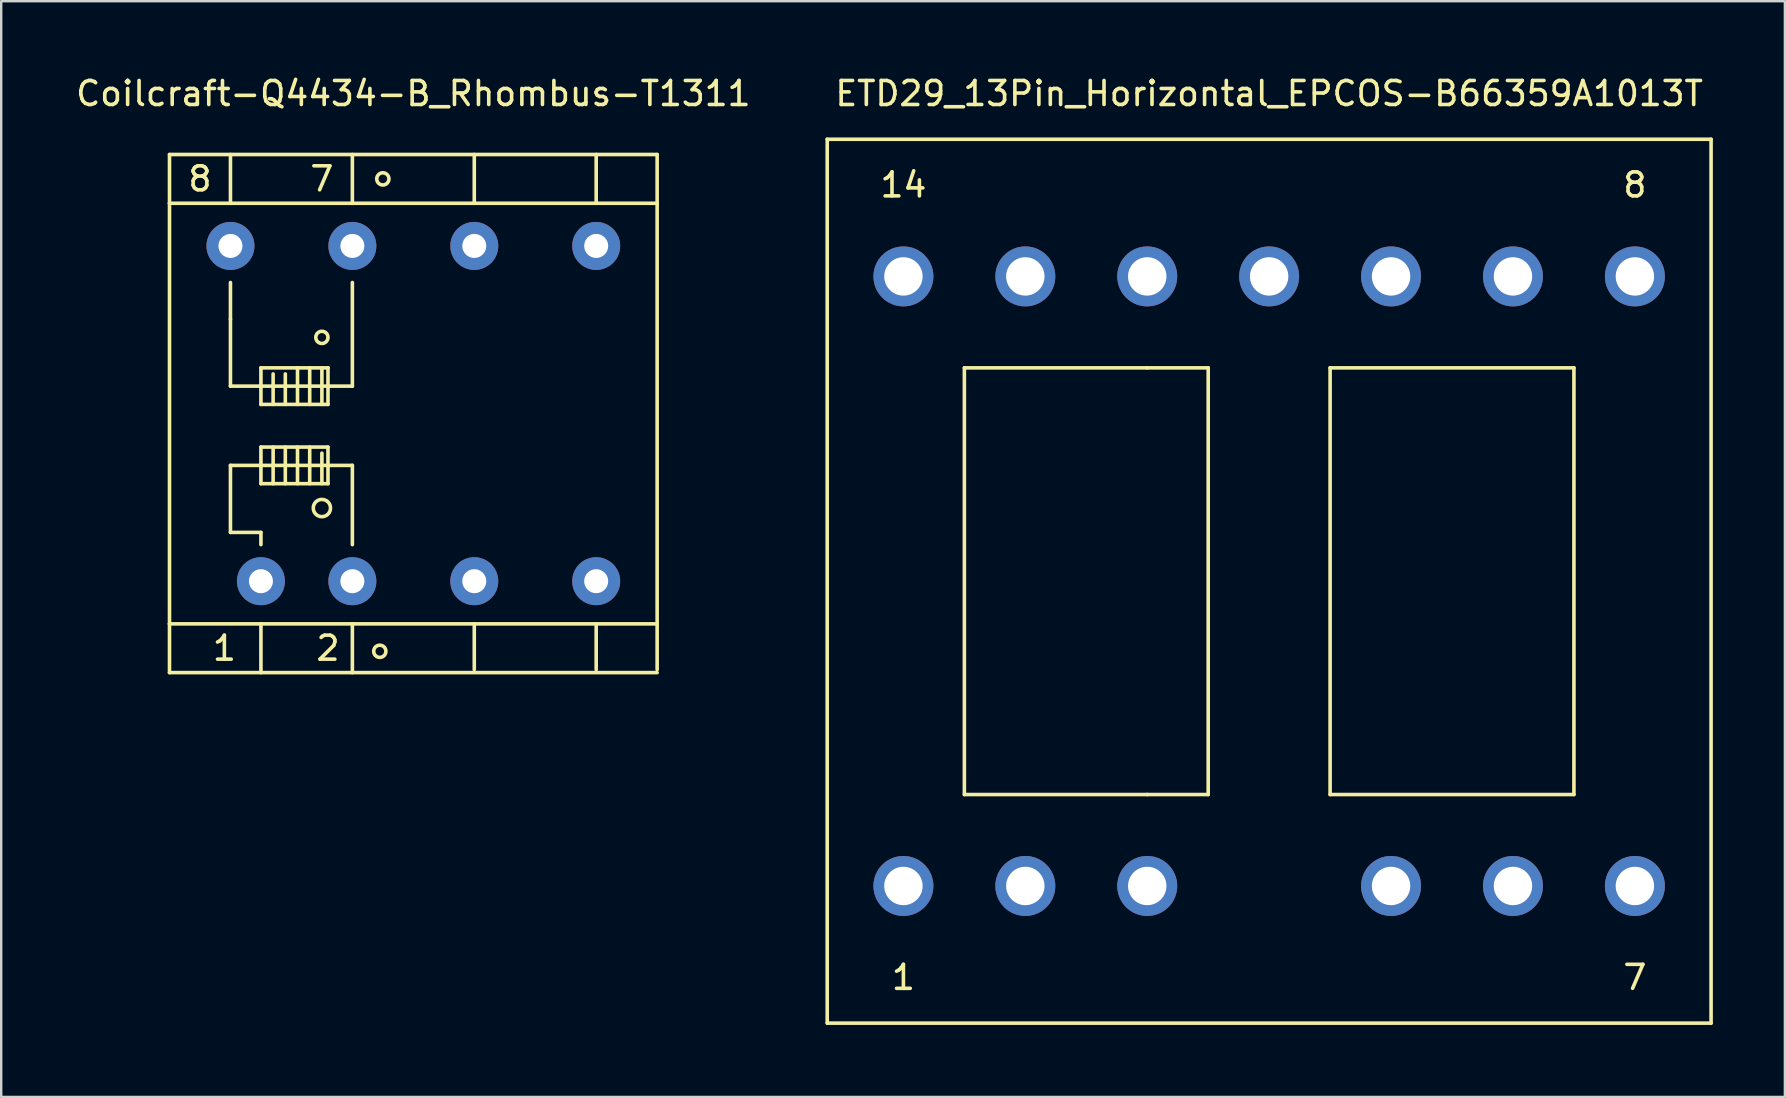
<source format=kicad_pcb>
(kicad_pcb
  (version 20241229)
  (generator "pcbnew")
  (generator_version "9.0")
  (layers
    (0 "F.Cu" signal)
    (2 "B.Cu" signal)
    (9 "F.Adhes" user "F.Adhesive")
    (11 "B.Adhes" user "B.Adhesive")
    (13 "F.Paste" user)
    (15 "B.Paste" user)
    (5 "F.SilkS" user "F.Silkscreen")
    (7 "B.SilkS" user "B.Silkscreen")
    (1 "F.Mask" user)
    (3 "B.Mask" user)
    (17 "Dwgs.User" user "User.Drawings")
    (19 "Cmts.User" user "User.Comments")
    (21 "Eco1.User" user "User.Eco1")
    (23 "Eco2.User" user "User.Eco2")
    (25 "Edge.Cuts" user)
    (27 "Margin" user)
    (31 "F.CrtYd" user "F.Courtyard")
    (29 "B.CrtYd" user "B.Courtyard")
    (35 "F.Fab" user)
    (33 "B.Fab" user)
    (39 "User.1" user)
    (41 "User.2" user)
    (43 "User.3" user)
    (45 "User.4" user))
  (footprint "Coilcraft-Q4434-B_Rhombus-T1311"
    (layer "F.Cu")
    (at 14.173 14.818)
    (property "Reference" "Coilcraft-Q4434-B_Rhombus-T1311" (at 0 -13.97 0) (layer "F.SilkS") (effects (font (size 1 1) (thickness 0.15))))
    (attr through_hole)
    (fp_line (start -10.16 -11.43) (end -10.16 -9.398) (stroke (width 0.15) (type solid)) (layer "F.SilkS"))
    (fp_line (start -10.16 -9.398) (end -10.16 8.128) (stroke (width 0.15) (type solid)) (layer "F.SilkS"))
    (fp_line (start -10.16 8.128) (end -10.16 10.16) (stroke (width 0.15) (type solid)) (layer "F.SilkS"))
    (fp_line (start -10.16 8.128) (end 10.16 8.128) (stroke (width 0.15) (type solid)) (layer "F.SilkS"))
    (fp_line (start -10.16 10.16) (end 10.16 10.16) (stroke (width 0.15) (type solid)) (layer "F.SilkS"))
    (fp_line (start -7.62 -9.398) (end -7.62 -11.43) (stroke (width 0.15) (type solid)) (layer "F.SilkS"))
    (fp_line (start -7.62 -6.096) (end -7.62 -4.572) (stroke (width 0.15) (type solid)) (layer "F.SilkS"))
    (fp_line (start -7.62 -4.572) (end -7.62 -1.778) (stroke (width 0.15) (type solid)) (layer "F.SilkS"))
    (fp_line (start -7.62 -1.778) (end -2.54 -1.778) (stroke (width 0.15) (type solid)) (layer "F.SilkS"))
    (fp_line (start -7.62 1.524) (end -7.62 4.318) (stroke (width 0.15) (type solid)) (layer "F.SilkS"))
    (fp_line (start -7.62 4.318) (end -6.35 4.318) (stroke (width 0.15) (type solid)) (layer "F.SilkS"))
    (fp_line (start -6.35 -2.54) (end -3.556 -2.54) (stroke (width 0.15) (type solid)) (layer "F.SilkS"))
    (fp_line (start -6.35 -1.016) (end -6.35 -2.54) (stroke (width 0.15) (type solid)) (layer "F.SilkS"))
    (fp_line (start -6.35 0.762) (end -6.35 2.286) (stroke (width 0.15) (type solid)) (layer "F.SilkS"))
    (fp_line (start -6.35 1.524) (end -7.62 1.524) (stroke (width 0.15) (type solid)) (layer "F.SilkS"))
    (fp_line (start -6.35 1.524) (end -2.54 1.524) (stroke (width 0.15) (type solid)) (layer "F.SilkS"))
    (fp_line (start -6.35 2.286) (end -3.556 2.286) (stroke (width 0.15) (type solid)) (layer "F.SilkS"))
    (fp_line (start -6.35 4.318) (end -6.35 4.826) (stroke (width 0.15) (type solid)) (layer "F.SilkS"))
    (fp_line (start -6.35 8.128) (end -6.35 10.16) (stroke (width 0.15) (type solid)) (layer "F.SilkS"))
    (fp_line (start -5.842 -2.286) (end -5.842 -1.016) (stroke (width 0.15) (type solid)) (layer "F.SilkS"))
    (fp_line (start -5.842 0.762) (end -5.842 2.286) (stroke (width 0.15) (type solid)) (layer "F.SilkS"))
    (fp_line (start -5.334 -2.286) (end -5.334 -1.016) (stroke (width 0.15) (type solid)) (layer "F.SilkS"))
    (fp_line (start -5.334 0.762) (end -5.334 2.286) (stroke (width 0.15) (type solid)) (layer "F.SilkS"))
    (fp_line (start -4.826 -2.54) (end -4.826 -1.016) (stroke (width 0.15) (type solid)) (layer "F.SilkS"))
    (fp_line (start -4.826 0.762) (end -4.826 2.286) (stroke (width 0.15) (type solid)) (layer "F.SilkS"))
    (fp_line (start -4.318 -2.54) (end -4.318 -1.016) (stroke (width 0.15) (type solid)) (layer "F.SilkS"))
    (fp_line (start -4.318 0.762) (end -4.318 2.286) (stroke (width 0.15) (type solid)) (layer "F.SilkS"))
    (fp_line (start -3.81 -2.54) (end -3.81 -1.016) (stroke (width 0.15) (type solid)) (layer "F.SilkS"))
    (fp_line (start -3.81 1.016) (end -3.81 2.286) (stroke (width 0.15) (type solid)) (layer "F.SilkS"))
    (fp_line (start -3.556 -2.54) (end -3.556 -1.016) (stroke (width 0.15) (type solid)) (layer "F.SilkS"))
    (fp_line (start -3.556 -1.016) (end -6.35 -1.016) (stroke (width 0.15) (type solid)) (layer "F.SilkS"))
    (fp_line (start -3.556 0.762) (end -6.35 0.762) (stroke (width 0.15) (type solid)) (layer "F.SilkS"))
    (fp_line (start -3.556 2.286) (end -3.556 0.762) (stroke (width 0.15) (type solid)) (layer "F.SilkS"))
    (fp_line (start -2.54 -9.398) (end -2.54 -11.43) (stroke (width 0.15) (type solid)) (layer "F.SilkS"))
    (fp_line (start -2.54 -1.778) (end -2.54 -6.096) (stroke (width 0.15) (type solid)) (layer "F.SilkS"))
    (fp_line (start -2.54 1.524) (end -2.54 4.826) (stroke (width 0.15) (type solid)) (layer "F.SilkS"))
    (fp_line (start -2.54 8.128) (end -2.54 10.16) (stroke (width 0.15) (type solid)) (layer "F.SilkS"))
    (fp_line (start 2.54 -9.398) (end 2.54 -11.43) (stroke (width 0.15) (type solid)) (layer "F.SilkS"))
    (fp_line (start 2.54 8.128) (end 2.54 10.033) (stroke (width 0.15) (type solid)) (layer "F.SilkS"))
    (fp_line (start 7.62 -9.398) (end 7.62 -11.43) (stroke (width 0.15) (type solid)) (layer "F.SilkS"))
    (fp_line (start 7.62 8.128) (end 7.62 10.033) (stroke (width 0.15) (type solid)) (layer "F.SilkS"))
    (fp_line (start 10.16 -11.43) (end -10.16 -11.43) (stroke (width 0.15) (type solid)) (layer "F.SilkS"))
    (fp_line (start 10.16 -11.43) (end 10.16 -9.398) (stroke (width 0.15) (type solid)) (layer "F.SilkS"))
    (fp_line (start 10.16 -9.398) (end -10.16 -9.398) (stroke (width 0.15) (type solid)) (layer "F.SilkS"))
    (fp_line (start 10.16 8.128) (end 10.16 -9.398) (stroke (width 0.15) (type solid)) (layer "F.SilkS"))
    (fp_line (start 10.16 8.128) (end 10.16 10.033) (stroke (width 0.15) (type solid)) (layer "F.SilkS"))
    (fp_circle (center -3.81 -3.81) (end -3.81 -3.556) (stroke (width 0.15) (type solid)) (fill no) (layer "F.SilkS"))
    (fp_circle (center -3.81 3.302) (end -3.556 3.556) (stroke (width 0.15) (type solid)) (fill no) (layer "F.SilkS"))
    (fp_circle (center -1.397 9.271) (end -1.397 9.525) (stroke (width 0.15) (type solid)) (fill no) (layer "F.SilkS"))
    (fp_circle (center -1.27 -10.414) (end -1.27 -10.16) (stroke (width 0.15) (type solid)) (fill no) (layer "F.SilkS"))
    (fp_text user "8" (at -8.89 -10.414 0) (layer "F.SilkS") (effects (font (size 1 1) (thickness 0.15))))
    (fp_text user "2" (at -3.556 9.144 0) (layer "F.SilkS") (effects (font (size 1 1) (thickness 0.15))))
    (fp_text user "7" (at -3.81 -10.414 0) (layer "F.SilkS") (effects (font (size 1 1) (thickness 0.15))))
    (fp_text user "1" (at -7.874 9.144 0) (layer "F.SilkS") (effects (font (size 1 1) (thickness 0.15))))
    (pad "1" thru_hole circle (at -6.35 6.35) (size 1.999 1.999) (drill 1.001) (layers "*.Cu" "*.Mask"))
    (pad "2" thru_hole circle (at -2.54 6.35) (size 1.999 1.999) (drill 1.001) (layers "*.Cu" "*.Mask"))
    (pad "3" thru_hole circle (at 2.54 6.35) (size 1.999 1.999) (drill 1.001) (layers "*.Cu" "*.Mask"))
    (pad "4" thru_hole circle (at 7.62 6.35) (size 1.999 1.999) (drill 1.001) (layers "*.Cu" "*.Mask"))
    (pad "5" thru_hole circle (at 7.62 -7.62) (size 1.999 1.999) (drill 1.001) (layers "*.Cu" "*.Mask"))
    (pad "6" thru_hole circle (at 2.54 -7.62) (size 1.999 1.999) (drill 1.001) (layers "*.Cu" "*.Mask"))
    (pad "7" thru_hole circle (at -2.54 -7.62) (size 1.999 1.999) (drill 1.001) (layers "*.Cu" "*.Mask"))
    (pad "8" thru_hole circle (at -7.62 -7.62) (size 1.999 1.999) (drill 1.001) (layers "*.Cu" "*.Mask")))
  (footprint "ETD29_13Pin_Horizontal_EPCOS-B66359A1013T"
    (layer "F.Cu")
    (at 49.835 21.168)
    (property "Reference" "ETD29_13Pin_Horizontal_EPCOS-B66359A1013T" (at 0 -20.32 0) (layer "F.SilkS") (effects (font (size 1 1) (thickness 0.15))))
    (attr through_hole)
    (fp_line (start -18.415 -18.415) (end 18.415 -18.415) (stroke (width 0.15) (type solid)) (layer "F.SilkS"))
    (fp_line (start -18.415 18.415) (end -18.415 -18.415) (stroke (width 0.15) (type solid)) (layer "F.SilkS"))
    (fp_line (start -12.7 -8.89) (end -12.7 8.89) (stroke (width 0.15) (type solid)) (layer "F.SilkS"))
    (fp_line (start -12.7 8.89) (end -5.08 8.89) (stroke (width 0.15) (type solid)) (layer "F.SilkS"))
    (fp_line (start -5.08 -8.89) (end -12.7 -8.89) (stroke (width 0.15) (type solid)) (layer "F.SilkS"))
    (fp_line (start -5.08 -8.89) (end -2.54 -8.89) (stroke (width 0.15) (type solid)) (layer "F.SilkS"))
    (fp_line (start -2.54 -8.89) (end -2.54 8.89) (stroke (width 0.15) (type solid)) (layer "F.SilkS"))
    (fp_line (start -2.54 8.89) (end -5.08 8.89) (stroke (width 0.15) (type solid)) (layer "F.SilkS"))
    (fp_line (start 2.54 -8.89) (end 2.54 8.89) (stroke (width 0.15) (type solid)) (layer "F.SilkS"))
    (fp_line (start 2.54 8.89) (end 12.7 8.89) (stroke (width 0.15) (type solid)) (layer "F.SilkS"))
    (fp_line (start 12.7 -8.89) (end 2.54 -8.89) (stroke (width 0.15) (type solid)) (layer "F.SilkS"))
    (fp_line (start 12.7 8.89) (end 12.7 -8.89) (stroke (width 0.15) (type solid)) (layer "F.SilkS"))
    (fp_line (start 18.415 -18.415) (end 18.415 18.415) (stroke (width 0.15) (type solid)) (layer "F.SilkS"))
    (fp_line (start 18.415 18.415) (end -18.415 18.415) (stroke (width 0.15) (type solid)) (layer "F.SilkS"))
    (fp_text user "1" (at -15.24 16.51 0) (layer "F.SilkS") (effects (font (size 1 1) (thickness 0.15))))
    (fp_text user "8" (at 15.24 -16.51 0) (layer "F.SilkS") (effects (font (size 1 1) (thickness 0.15))))
    (fp_text user "7" (at 15.24 16.51 0) (layer "F.SilkS") (effects (font (size 1 1) (thickness 0.15))))
    (fp_text user "14" (at -15.24 -16.51 0) (layer "F.SilkS") (effects (font (size 1 1) (thickness 0.15))))
    (pad "1" thru_hole circle (at -15.24 12.7) (size 2.499 2.499) (drill 1.6) (layers "*.Cu" "*.Mask"))
    (pad "2" thru_hole circle (at -10.16 12.7) (size 2.499 2.499) (drill 1.6) (layers "*.Cu" "*.Mask"))
    (pad "3" thru_hole circle (at -5.08 12.7) (size 2.499 2.499) (drill 1.6) (layers "*.Cu" "*.Mask"))
    (pad "5" thru_hole circle (at 5.08 12.7) (size 2.499 2.499) (drill 1.6) (layers "*.Cu" "*.Mask"))
    (pad "6" thru_hole circle (at 10.16 12.7) (size 2.499 2.499) (drill 1.6) (layers "*.Cu" "*.Mask"))
    (pad "7" thru_hole circle (at 15.24 12.7) (size 2.499 2.499) (drill 1.6) (layers "*.Cu" "*.Mask"))
    (pad "8" thru_hole circle (at 15.24 -12.7) (size 2.499 2.499) (drill 1.6) (layers "*.Cu" "*.Mask"))
    (pad "9" thru_hole circle (at 10.16 -12.7) (size 2.499 2.499) (drill 1.6) (layers "*.Cu" "*.Mask"))
    (pad "10" thru_hole circle (at 5.08 -12.7) (size 2.499 2.499) (drill 1.6) (layers "*.Cu" "*.Mask"))
    (pad "11" thru_hole circle (at 0 -12.7) (size 2.499 2.499) (drill 1.6) (layers "*.Cu" "*.Mask"))
    (pad "12" thru_hole circle (at -5.08 -12.7) (size 2.499 2.499) (drill 1.6) (layers "*.Cu" "*.Mask"))
    (pad "13" thru_hole circle (at -10.16 -12.7) (size 2.499 2.499) (drill 1.6) (layers "*.Cu" "*.Mask"))
    (pad "14" thru_hole circle (at -15.24 -12.7) (size 2.499 2.499) (drill 1.6) (layers "*.Cu" "*.Mask")))
  (gr_rect
    (start -3 -3)
    (end 71.325 42.658)
    (stroke (width 0.1) (type default))
    (fill no)
    (layer "Edge.Cuts")))
</source>
